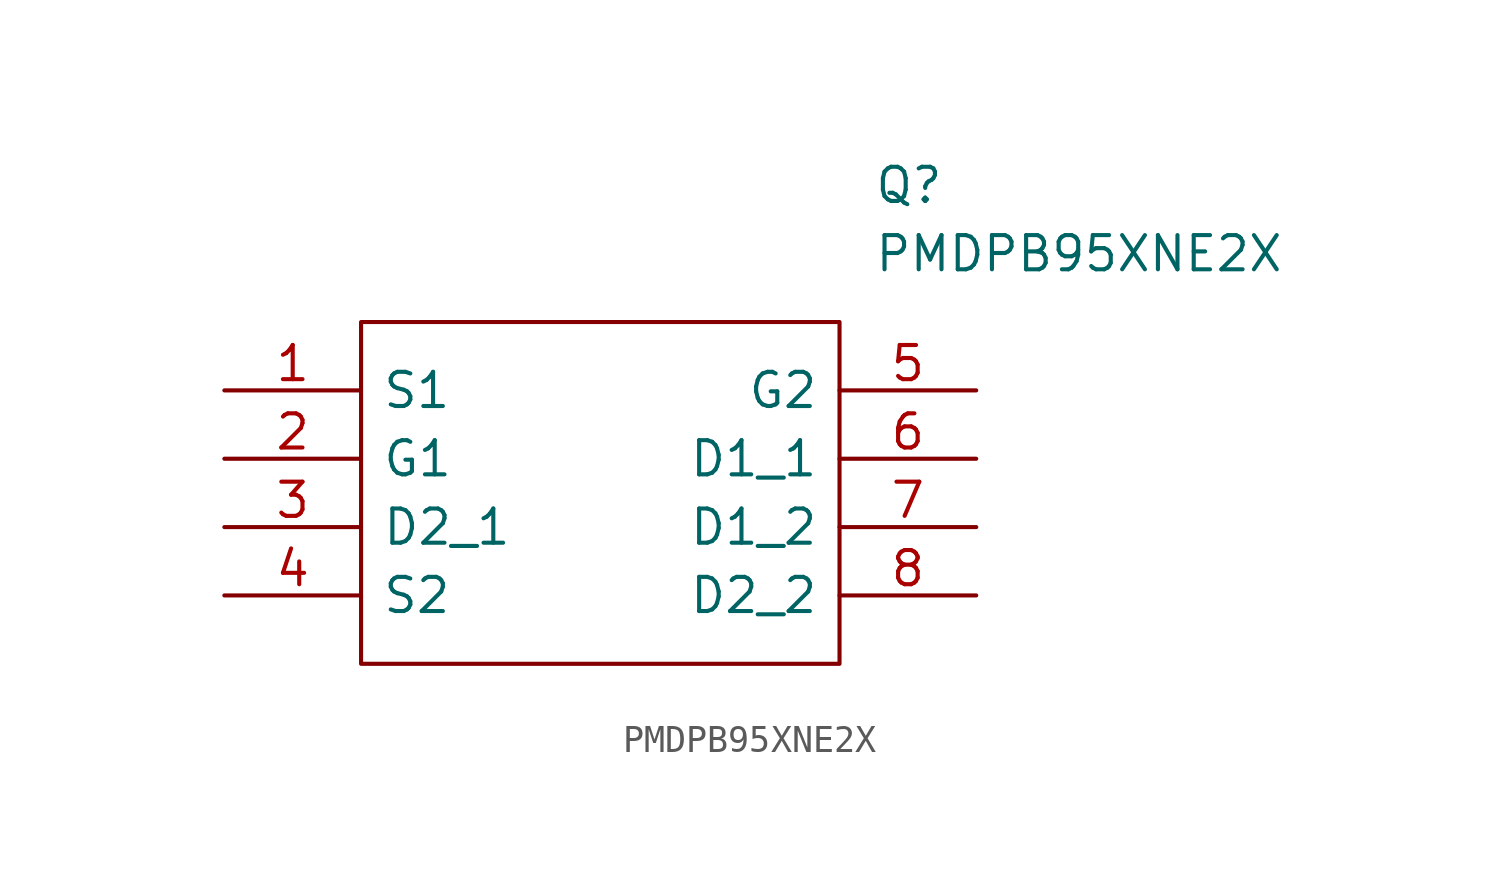
<source format=kicad_sym>
(kicad_symbol_lib
  (version 20211014)
  (generator kicad_symbol_editor)
  (symbol "PMDPB95XNE2X"
    (pin_names
      (offset 0.762))
    (property "Reference" "Q"
      (at 24.13 7.62 0)
      (effects (font (size 1.27 1.27)) (justify left)))
    (property "Value" "PMDPB95XNE2X"
      (at 24.13 5.08 0)
      (effects (font (size 1.27 1.27)) (justify left)))
    (symbol "PMDPB95XNE2X_0_0"
      (pin passive line (at 0 0 0) (length 5.08) (name "S1" (effects (font (size 1.27 1.27)))) (number "1" (effects (font (size 1.27 1.27)))))
      (pin passive line (at 0 -2.54 0) (length 5.08) (name "G1" (effects (font (size 1.27 1.27)))) (number "2" (effects (font (size 1.27 1.27)))))
      (pin passive line (at 0 -5.08 0) (length 5.08) (name "D2_1" (effects (font (size 1.27 1.27)))) (number "3" (effects (font (size 1.27 1.27)))))
      (pin passive line (at 0 -7.62 0) (length 5.08) (name "S2" (effects (font (size 1.27 1.27)))) (number "4" (effects (font (size 1.27 1.27)))))
      (pin passive line (at 27.94 0 180) (length 5.08) (name "G2" (effects (font (size 1.27 1.27)))) (number "5" (effects (font (size 1.27 1.27)))))
      (pin passive line (at 27.94 -2.54 180) (length 5.08) (name "D1_1" (effects (font (size 1.27 1.27)))) (number "6" (effects (font (size 1.27 1.27)))))
      (pin passive line (at 27.94 -5.08 180) (length 5.08) (name "D1_2" (effects (font (size 1.27 1.27)))) (number "7" (effects (font (size 1.27 1.27)))))
      (pin passive line (at 27.94 -7.62 180) (length 5.08) (name "D2_2" (effects (font (size 1.27 1.27)))) (number "8" (effects (font (size 1.27 1.27))))))
    (symbol "PMDPB95XNE2X_0_1"
      (polyline (pts (xy 5.08 2.54) (xy 22.86 2.54) (xy 22.86 -10.16) (xy 5.08 -10.16) (xy 5.08 2.54)) (stroke (width 0.152) (type default) (color 0 0 0 0)) (fill (type none))))))
</source>
